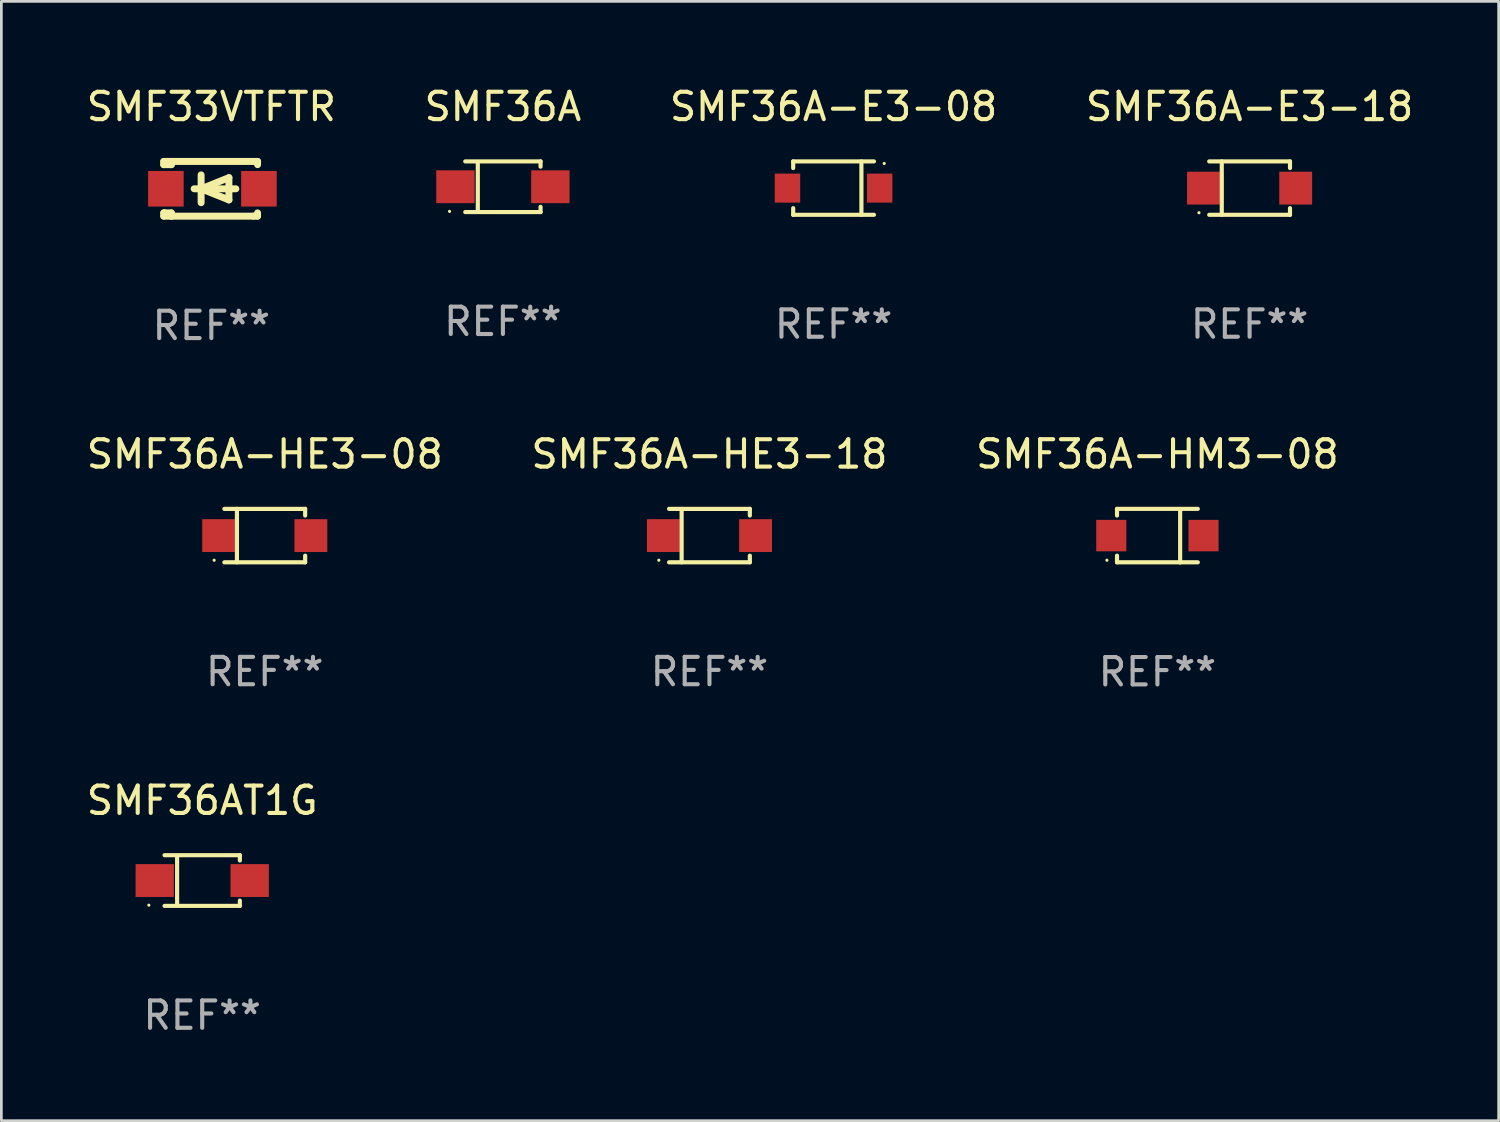
<source format=kicad_pcb>
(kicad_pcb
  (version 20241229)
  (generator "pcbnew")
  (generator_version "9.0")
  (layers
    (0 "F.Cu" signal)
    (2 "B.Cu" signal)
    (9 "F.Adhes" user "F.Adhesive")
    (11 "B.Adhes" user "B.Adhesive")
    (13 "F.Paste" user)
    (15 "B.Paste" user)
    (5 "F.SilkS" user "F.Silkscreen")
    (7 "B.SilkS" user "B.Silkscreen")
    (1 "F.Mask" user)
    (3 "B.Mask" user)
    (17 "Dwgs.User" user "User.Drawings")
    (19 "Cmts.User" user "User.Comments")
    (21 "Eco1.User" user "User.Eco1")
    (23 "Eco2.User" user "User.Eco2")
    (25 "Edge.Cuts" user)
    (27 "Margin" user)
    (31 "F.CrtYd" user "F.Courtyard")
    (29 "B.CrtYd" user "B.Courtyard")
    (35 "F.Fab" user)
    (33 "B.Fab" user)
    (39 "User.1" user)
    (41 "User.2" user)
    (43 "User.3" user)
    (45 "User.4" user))
  (footprint "SMF36A-E3-08"
    (layer "F.Cu")
    (at 27.411 3.824)
    (property "Reference" "SMF36A-E3-08" (at 0 -2.976 0) (layer "F.SilkS") (effects (font (size 1 1) (thickness 0.15))))
    (attr through_hole)
    (fp_line (start -1.476 -0.976) (end -1.476 -0.733) (stroke (width 0.152) (type solid)) (layer "F.SilkS"))
    (fp_line (start -1.476 0.976) (end -1.476 0.733) (stroke (width 0.152) (type solid)) (layer "F.SilkS"))
    (fp_line (start 1.017 0.976) (end 1.017 -0.976) (stroke (width 0.152) (type solid)) (layer "F.SilkS"))
    (fp_line (start 1.476 -0.976) (end -1.476 -0.976) (stroke (width 0.152) (type solid)) (layer "F.SilkS"))
    (fp_line (start 1.476 0.976) (end -1.476 0.976) (stroke (width 0.152) (type solid)) (layer "F.SilkS"))
    (fp_circle (center 1.85 -0.9) (end 1.88 -0.9) (stroke (width 0.06) (type solid)) (fill no) (layer "F.SilkS"))
    (fp_text user "REF**" (at 0 4.976 0) (layer "F.Fab") (effects (font (size 1 1) (thickness 0.15))))
    (pad "1" smd rect (at 1.685 0 180) (size 0.93 1.06) (layers "F.Cu" "F.Mask" "F.Paste"))
    (pad "2" smd rect (at -1.685 0 180) (size 0.93 1.06) (layers "F.Cu" "F.Mask" "F.Paste")))
  (footprint "SMF36A-E3-18"
    (layer "F.Cu")
    (at 42.613 3.824)
    (property "Reference" "SMF36A-E3-18" (at 0 -2.976 0) (layer "F.SilkS") (effects (font (size 1 1) (thickness 0.15))))
    (attr through_hole)
    (fp_line (start -1.476 -0.976) (end 1.476 -0.976) (stroke (width 0.152) (type solid)) (layer "F.SilkS"))
    (fp_line (start -1.476 0.976) (end 1.476 0.976) (stroke (width 0.152) (type solid)) (layer "F.SilkS"))
    (fp_line (start -1.017 -0.976) (end -1.017 0.976) (stroke (width 0.152) (type solid)) (layer "F.SilkS"))
    (fp_line (start 1.476 -0.976) (end 1.476 -0.733) (stroke (width 0.152) (type solid)) (layer "F.SilkS"))
    (fp_line (start 1.476 0.976) (end 1.476 0.733) (stroke (width 0.152) (type solid)) (layer "F.SilkS"))
    (fp_circle (center -1.85 0.9) (end -1.82 0.9) (stroke (width 0.06) (type solid)) (fill no) (layer "F.SilkS"))
    (fp_text user "REF**" (at 0 4.976 0) (layer "F.Fab") (effects (font (size 1 1) (thickness 0.15))))
    (pad "1" smd rect (at -1.685 0) (size 1.2 1.2) (layers "F.Cu" "F.Mask" "F.Paste"))
    (pad "2" smd rect (at 1.685 0) (size 1.2 1.2) (layers "F.Cu" "F.Mask" "F.Paste")))
  (footprint "SMF36A-HM3-08"
    (layer "F.Cu")
    (at 39.244 16.525)
    (property "Reference" "SMF36A-HM3-08" (at 0 -2.98 0) (layer "F.SilkS") (effects (font (size 1 1) (thickness 0.15))))
    (attr through_hole)
    (fp_line (start -1.476 -0.98) (end -1.476 -0.737) (stroke (width 0.152) (type solid)) (layer "F.SilkS"))
    (fp_line (start -1.476 0.973) (end -1.476 0.73) (stroke (width 0.152) (type solid)) (layer "F.SilkS"))
    (fp_line (start 0.831 0.98) (end 0.831 -0.973) (stroke (width 0.152) (type solid)) (layer "F.SilkS"))
    (fp_line (start 1.476 -0.98) (end -1.476 -0.98) (stroke (width 0.152) (type solid)) (layer "F.SilkS"))
    (fp_line (start 1.476 0.973) (end -1.476 0.973) (stroke (width 0.152) (type solid)) (layer "F.SilkS"))
    (fp_circle (center -1.845 0.897) (end -1.815 0.897) (stroke (width 0.06) (type solid)) (fill no) (layer "F.SilkS"))
    (fp_text user "REF**" (at 0 4.98 0) (layer "F.Fab") (effects (font (size 1 1) (thickness 0.15))))
    (pad "1" smd rect (at -1.685 -0.003) (size 1.1 1.15) (layers "F.Cu" "F.Mask" "F.Paste"))
    (pad "2" smd rect (at 1.685 -0.003) (size 1.1 1.15) (layers "F.Cu" "F.Mask" "F.Paste")))
  (footprint "SMF36A"
    (layer "F.Cu")
    (at 15.327 3.774)
    (property "Reference" "SMF36A" (at 0 -2.926 0) (layer "F.SilkS") (effects (font (size 1 1) (thickness 0.15))))
    (attr through_hole)
    (fp_line (start -1.376 -0.926) (end 1.376 -0.926) (stroke (width 0.152) (type solid)) (layer "F.SilkS"))
    (fp_line (start -1.376 0.926) (end 1.376 0.926) (stroke (width 0.152) (type solid)) (layer "F.SilkS"))
    (fp_line (start -0.917 -0.876) (end -0.917 0.876) (stroke (width 0.152) (type solid)) (layer "F.SilkS"))
    (fp_line (start 1.376 -0.926) (end 1.376 -0.733) (stroke (width 0.152) (type solid)) (layer "F.SilkS"))
    (fp_line (start 1.376 0.926) (end 1.376 0.733) (stroke (width 0.152) (type solid)) (layer "F.SilkS"))
    (fp_circle (center -1.95 0.9) (end -1.92 0.9) (stroke (width 0.06) (type solid)) (fill no) (layer "F.SilkS"))
    (fp_text user "REF**" (at 0 4.926 0) (layer "F.Fab") (effects (font (size 1 1) (thickness 0.15))))
    (pad "1" smd rect (at -1.735 0) (size 1.4 1.2) (layers "F.Cu" "F.Mask" "F.Paste"))
    (pad "2" smd rect (at 1.735 0) (size 1.4 1.2) (layers "F.Cu" "F.Mask" "F.Paste")))
  (footprint "SMF36A-HE3-18"
    (layer "F.Cu")
    (at 22.875 16.522)
    (property "Reference" "SMF36A-HE3-18" (at 0 -2.976 0) (layer "F.SilkS") (effects (font (size 1 1) (thickness 0.15))))
    (attr through_hole)
    (fp_line (start -1.476 -0.976) (end 1.476 -0.976) (stroke (width 0.152) (type solid)) (layer "F.SilkS"))
    (fp_line (start -1.476 0.976) (end 1.476 0.976) (stroke (width 0.152) (type solid)) (layer "F.SilkS"))
    (fp_line (start -1.017 -0.976) (end -1.017 0.976) (stroke (width 0.152) (type solid)) (layer "F.SilkS"))
    (fp_line (start 1.476 -0.976) (end 1.476 -0.733) (stroke (width 0.152) (type solid)) (layer "F.SilkS"))
    (fp_line (start 1.476 0.976) (end 1.476 0.733) (stroke (width 0.152) (type solid)) (layer "F.SilkS"))
    (fp_circle (center -1.85 0.9) (end -1.82 0.9) (stroke (width 0.06) (type solid)) (fill no) (layer "F.SilkS"))
    (fp_text user "REF**" (at 0 4.976 0) (layer "F.Fab") (effects (font (size 1 1) (thickness 0.15))))
    (pad "1" smd rect (at -1.685 0) (size 1.2 1.2) (layers "F.Cu" "F.Mask" "F.Paste"))
    (pad "2" smd rect (at 1.685 0) (size 1.2 1.2) (layers "F.Cu" "F.Mask" "F.Paste")))
  (footprint "SMF33VTFTR"
    (layer "F.Cu")
    (at 4.673 3.849)
    (property "Reference" "SMF33VTFTR" (at 0 -3 0) (layer "F.SilkS") (effects (font (size 1 1) (thickness 0.15))))
    (attr through_hole)
    (fp_line (start -1.739 -1) (end -1.739 -0.882) (stroke (width 0.254) (type solid)) (layer "F.SilkS"))
    (fp_line (start -1.739 1) (end -1.739 0.881) (stroke (width 0.254) (type solid)) (layer "F.SilkS"))
    (fp_line (start -1.461 -1) (end -1.739 -1) (stroke (width 0.254) (type solid)) (layer "F.SilkS"))
    (fp_line (start -1.461 -1) (end -1.461 -0.882) (stroke (width 0.254) (type solid)) (layer "F.SilkS"))
    (fp_line (start -1.461 -1) (end 1.539 -1) (stroke (width 0.254) (type solid)) (layer "F.SilkS"))
    (fp_line (start -1.461 -0.882) (end -1.739 -0.882) (stroke (width 0.254) (type solid)) (layer "F.SilkS"))
    (fp_line (start -1.461 0.881) (end -1.739 0.881) (stroke (width 0.254) (type solid)) (layer "F.SilkS"))
    (fp_line (start -1.461 0.881) (end -1.461 1) (stroke (width 0.254) (type solid)) (layer "F.SilkS"))
    (fp_line (start -1.461 1) (end -1.739 1) (stroke (width 0.254) (type solid)) (layer "F.SilkS"))
    (fp_line (start -0.628 -0.000394) (end 0.896 -0.000394) (stroke (width 0.254) (type solid)) (layer "F.SilkS"))
    (fp_line (start -0.374 -0.508) (end -0.374 0.508) (stroke (width 0.254) (type solid)) (layer "F.SilkS"))
    (fp_line (start -0.374 -0.000394) (end 0.642 -0.407) (stroke (width 0.254) (type solid)) (layer "F.SilkS"))
    (fp_line (start 0.642 -0.407) (end 0.642 0.406) (stroke (width 0.254) (type solid)) (layer "F.SilkS"))
    (fp_line (start 0.642 0.406) (end -0.374 -0.000394) (stroke (width 0.254) (type solid)) (layer "F.SilkS"))
    (fp_line (start 1.539 -1) (end 1.69 -1) (stroke (width 0.254) (type solid)) (layer "F.SilkS"))
    (fp_line (start 1.539 1) (end -1.461 1) (stroke (width 0.254) (type solid)) (layer "F.SilkS"))
    (fp_line (start 1.689 0.881) (end 1.689 1) (stroke (width 0.254) (type solid)) (layer "F.SilkS"))
    (fp_line (start 1.689 1) (end 1.539 1) (stroke (width 0.254) (type solid)) (layer "F.SilkS"))
    (fp_line (start 1.69 -1) (end 1.69 -0.882) (stroke (width 0.254) (type solid)) (layer "F.SilkS"))
    (fp_circle (center -1.711 0.8) (end -1.681 0.8) (stroke (width 0.06) (type solid)) (fill no) (layer "F.SilkS"))
    (fp_text user "REF**" (at 0 5 0) (layer "F.Fab") (effects (font (size 1 1) (thickness 0.15))))
    (pad "1" smd rect (at -1.661 -0.000394) (size 1.3 1.3) (layers "F.Cu" "F.Mask" "F.Paste"))
    (pad "2" smd rect (at 1.739 -0.000394) (size 1.3 1.3) (layers "F.Cu" "F.Mask" "F.Paste")))
  (footprint "SMF36A-HE3-08"
    (layer "F.Cu")
    (at 6.625 16.522)
    (property "Reference" "SMF36A-HE3-08" (at 0 -2.976 0) (layer "F.SilkS") (effects (font (size 1 1) (thickness 0.15))))
    (attr through_hole)
    (fp_line (start -1.476 -0.976) (end 1.476 -0.976) (stroke (width 0.152) (type solid)) (layer "F.SilkS"))
    (fp_line (start -1.476 0.976) (end 1.476 0.976) (stroke (width 0.152) (type solid)) (layer "F.SilkS"))
    (fp_line (start -1.017 -0.976) (end -1.017 0.976) (stroke (width 0.152) (type solid)) (layer "F.SilkS"))
    (fp_line (start 1.476 -0.976) (end 1.476 -0.733) (stroke (width 0.152) (type solid)) (layer "F.SilkS"))
    (fp_line (start 1.476 0.976) (end 1.476 0.733) (stroke (width 0.152) (type solid)) (layer "F.SilkS"))
    (fp_circle (center -1.85 0.9) (end -1.82 0.9) (stroke (width 0.06) (type solid)) (fill no) (layer "F.SilkS"))
    (fp_text user "REF**" (at 0 4.976 0) (layer "F.Fab") (effects (font (size 1 1) (thickness 0.15))))
    (pad "1" smd rect (at -1.685 0) (size 1.2 1.2) (layers "F.Cu" "F.Mask" "F.Paste"))
    (pad "2" smd rect (at 1.685 0) (size 1.2 1.2) (layers "F.Cu" "F.Mask" "F.Paste")))
  (footprint "SMF36AT1G"
    (layer "F.Cu")
    (at 4.339 29.127)
    (property "Reference" "SMF36AT1G" (at 0 -2.926 0) (layer "F.SilkS") (effects (font (size 1 1) (thickness 0.15))))
    (attr through_hole)
    (fp_line (start -1.376 -0.926) (end 1.376 -0.926) (stroke (width 0.152) (type solid)) (layer "F.SilkS"))
    (fp_line (start -1.376 0.926) (end 1.376 0.926) (stroke (width 0.152) (type solid)) (layer "F.SilkS"))
    (fp_line (start -0.917 -0.876) (end -0.917 0.876) (stroke (width 0.152) (type solid)) (layer "F.SilkS"))
    (fp_line (start 1.376 -0.926) (end 1.376 -0.733) (stroke (width 0.152) (type solid)) (layer "F.SilkS"))
    (fp_line (start 1.376 0.926) (end 1.376 0.733) (stroke (width 0.152) (type solid)) (layer "F.SilkS"))
    (fp_circle (center -1.95 0.9) (end -1.92 0.9) (stroke (width 0.06) (type solid)) (fill no) (layer "F.SilkS"))
    (fp_text user "REF**" (at 0 4.926 0) (layer "F.Fab") (effects (font (size 1 1) (thickness 0.15))))
    (pad "1" smd rect (at -1.735 0) (size 1.4 1.2) (layers "F.Cu" "F.Mask" "F.Paste"))
    (pad "2" smd rect (at 1.735 0) (size 1.4 1.2) (layers "F.Cu" "F.Mask" "F.Paste")))
  (gr_rect
    (start -3 -3)
    (end 51.714 37.902)
    (stroke (width 0.1) (type default))
    (fill no)
    (layer "Edge.Cuts")))
</source>
